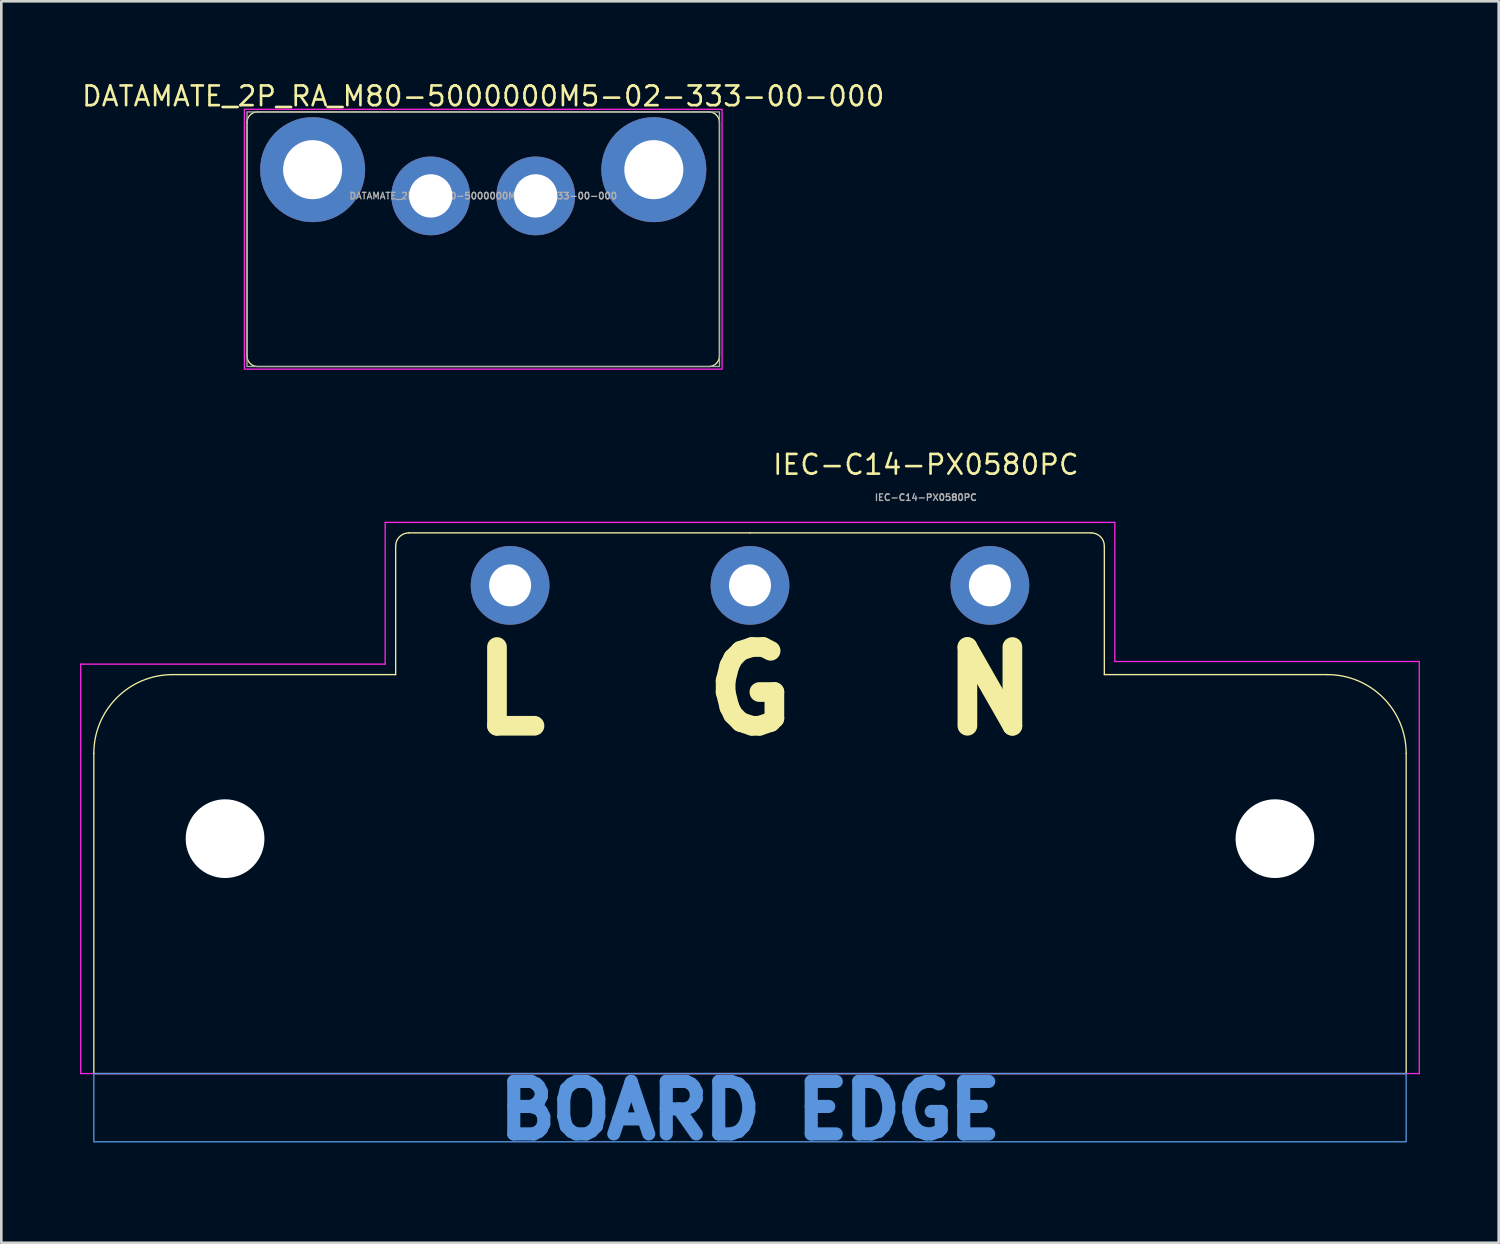
<source format=kicad_pcb>
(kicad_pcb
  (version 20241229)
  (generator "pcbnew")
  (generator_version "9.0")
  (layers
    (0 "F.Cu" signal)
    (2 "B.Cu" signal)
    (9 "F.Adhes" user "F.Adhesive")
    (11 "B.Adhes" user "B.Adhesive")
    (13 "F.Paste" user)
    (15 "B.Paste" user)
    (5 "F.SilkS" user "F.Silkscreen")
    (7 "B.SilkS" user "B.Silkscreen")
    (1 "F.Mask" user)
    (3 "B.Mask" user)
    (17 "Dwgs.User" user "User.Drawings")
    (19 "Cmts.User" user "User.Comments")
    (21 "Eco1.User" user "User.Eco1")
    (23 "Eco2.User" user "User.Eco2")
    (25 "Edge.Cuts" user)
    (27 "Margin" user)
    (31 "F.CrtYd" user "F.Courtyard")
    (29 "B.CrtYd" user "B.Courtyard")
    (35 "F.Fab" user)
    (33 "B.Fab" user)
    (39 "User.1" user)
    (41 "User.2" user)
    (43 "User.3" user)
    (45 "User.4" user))
  (footprint "DATAMATE_2P_RA_M80-5000000M5-02-333-00-000"
    (layer "F.Cu")
    (at 15.361 4.414)
    (property "Reference" "DATAMATE_2P_RA_M80-5000000M5-02-333-00-000" (at 0 -3.8 0) (unlocked yes) (layer "F.SilkS") (effects (font (size 0.75 0.75) (thickness 0.1))))
    (attr through_hole)
    (fp_line (start -9 6.1) (end -9 -2.8) (stroke (width 0.05) (type solid)) (layer "F.SilkS"))
    (fp_line (start -8.6 -3.2) (end 8.6 -3.2) (stroke (width 0.05) (type solid)) (layer "F.SilkS"))
    (fp_line (start 8.6 6.5) (end -8.6 6.5) (stroke (width 0.05) (type solid)) (layer "F.SilkS"))
    (fp_line (start 9 -2.8) (end 9 6.1) (stroke (width 0.05) (type solid)) (layer "F.SilkS"))
    (fp_arc (start -9 -2.8) (mid -8.882843 -3.082843) (end -8.6 -3.2) (stroke (width 0.05) (type solid)) (layer "F.SilkS"))
    (fp_arc (start -8.6 6.5) (mid -8.882843 6.382843) (end -9 6.1) (stroke (width 0.05) (type solid)) (layer "F.SilkS"))
    (fp_arc (start 8.6 -3.2) (mid 8.882843 -3.082843) (end 9 -2.8) (stroke (width 0.05) (type solid)) (layer "F.SilkS"))
    (fp_arc (start 9 6.1) (mid 8.882843 6.382843) (end 8.6 6.5) (stroke (width 0.05) (type solid)) (layer "F.SilkS"))
    (fp_rect (start -9.1 -3.3) (end 9.1 6.6) (stroke (width 0.05) (type solid)) (fill no) (layer "F.CrtYd"))
    (fp_rect (start -9 -3.2) (end 9 6.5) (stroke (width 0.05) (type solid)) (fill no) (layer "F.Fab"))
    (fp_text user "${REFERENCE}" (at 0 0 0) (unlocked yes) (layer "F.Fab") (effects (font (size 0.25 0.25) (thickness 0.05))))
    (pad "" np_thru_hole circle (at -6.5 -1) (size 4 4) (drill 2.25) (layers "*.Cu" "*.Mask"))
    (pad "" np_thru_hole circle (at 6.5 -1) (size 4 4) (drill 2.25) (layers "*.Cu" "*.Mask"))
    (pad "1" thru_hole circle (at -2 0) (size 3 3) (drill 1.65) (layers "*.Cu" "*.Mask"))
    (pad "2" thru_hole circle (at 2 0) (size 3 3) (drill 1.65) (layers "*.Cu" "*.Mask")))
  (footprint "IEC-C14-PX0580PC"
    (layer "F.Cu")
    (at 25.525 19.253)
    (property "Reference" "IEC-C14-PX0580PC" (at 6.7 -4.6 0) (unlocked yes) (layer "F.SilkS") (effects (font (size 0.75 0.75) (thickness 0.1))))
    (attr through_hole)
    (fp_line (start -25 6.4) (end -25 18.6) (stroke (width 0.05) (type solid)) (layer "F.SilkS"))
    (fp_line (start -25 18.6) (end 25 18.6) (stroke (width 0.05) (type solid)) (layer "F.SilkS"))
    (fp_line (start -22 3.4) (end -13.5 3.4) (stroke (width 0.05) (type solid)) (layer "F.SilkS"))
    (fp_line (start -13.5 3.4) (end -13.5 -1.5) (stroke (width 0.05) (type solid)) (layer "F.SilkS"))
    (fp_line (start -13 -2) (end 0 -2) (stroke (width 0.05) (type solid)) (layer "F.SilkS"))
    (fp_line (start 13 -2) (end 0 -2) (stroke (width 0.05) (type solid)) (layer "F.SilkS"))
    (fp_line (start 13.5 3.4) (end 13.5 -1.5) (stroke (width 0.05) (type solid)) (layer "F.SilkS"))
    (fp_line (start 13.5 3.4) (end 22 3.4) (stroke (width 0.05) (type solid)) (layer "F.SilkS"))
    (fp_line (start 25 6.4) (end 25 18.6) (stroke (width 0.05) (type solid)) (layer "F.SilkS"))
    (fp_arc (start -25 6.4) (mid -24.12132 4.27868) (end -22 3.4) (stroke (width 0.05) (type solid)) (layer "F.SilkS"))
    (fp_arc (start -13.5 -1.5) (mid -13.353553 -1.853553) (end -13 -2) (stroke (width 0.05) (type solid)) (layer "F.SilkS"))
    (fp_arc (start 13.000001 -2.000001) (mid 13.353554 -1.853554) (end 13.500001 -1.500001) (stroke (width 0.05) (type solid)) (layer "F.SilkS"))
    (fp_arc (start 22 3.4) (mid 24.12132 4.27868) (end 25 6.4) (stroke (width 0.05) (type solid)) (layer "F.SilkS"))
    (fp_rect (start -25 18.6) (end 25 21.2) (stroke (width 0.05) (type solid)) (fill no) (layer "Cmts.User"))
    (fp_line (start -25.5 3) (end -25.4 3) (stroke (width 0.05) (type solid)) (layer "F.CrtYd"))
    (fp_line (start -25.5 18.6) (end -25.5 3) (stroke (width 0.05) (type solid)) (layer "F.CrtYd"))
    (fp_line (start -25.4 3) (end -13.9 3) (stroke (width 0.05) (type solid)) (layer "F.CrtYd"))
    (fp_line (start -13.9 -2.4) (end 13.9 -2.4) (stroke (width 0.05) (type solid)) (layer "F.CrtYd"))
    (fp_line (start -13.9 3) (end -13.9 -2.4) (stroke (width 0.05) (type solid)) (layer "F.CrtYd"))
    (fp_line (start 13.9 -2.4) (end 13.9 2.9) (stroke (width 0.05) (type solid)) (layer "F.CrtYd"))
    (fp_line (start 13.9 2.9) (end 25.5 2.9) (stroke (width 0.05) (type solid)) (layer "F.CrtYd"))
    (fp_line (start 25.5 2.9) (end 25.5 18.6) (stroke (width 0.05) (type solid)) (layer "F.CrtYd"))
    (fp_line (start 25.5 18.6) (end -25.5 18.6) (stroke (width 0.05) (type solid)) (layer "F.CrtYd"))
    (fp_text user "G" (at 0 4 0) (unlocked yes) (layer "F.SilkS") (effects (font (size 3 3) (thickness 0.75))))
    (fp_text user "N" (at 9.14 4 0) (unlocked yes) (layer "F.SilkS") (effects (font (size 3 3) (thickness 0.75))))
    (fp_text user "L" (at -9.14 4 0) (unlocked yes) (layer "F.SilkS") (effects (font (size 3 3) (thickness 0.75))))
    (fp_text user "BOARD EDGE" (at 0 20 0) (unlocked yes) (layer "Cmts.User") (effects (font (size 2 2) (thickness 0.5))))
    (fp_text user "${REFERENCE}" (at 6.7 -3.35 0) (unlocked yes) (layer "F.Fab") (effects (font (size 0.25 0.25) (thickness 0.05))))
    (pad "" np_thru_hole circle (at -20 9.65) (size 3 3) (drill 3.4) (layers "*.Cu" "*.Mask"))
    (pad "" np_thru_hole circle (at 20 9.65) (size 3 3) (drill 3.4) (layers "*.Cu" "*.Mask"))
    (pad "1" thru_hole circle (at -9.14 0) (size 3 3) (drill 1.6) (layers "*.Cu" "*.Mask"))
    (pad "2" thru_hole circle (at 0 0) (size 3 3) (drill 1.6) (layers "*.Cu" "*.Mask"))
    (pad "3" thru_hole circle (at 9.14 0) (size 3 3) (drill 1.6) (layers "*.Cu" "*.Mask")))
  (gr_rect
    (start -3 -3)
    (end 54.05 44.301)
    (stroke (width 0.1) (type default))
    (fill no)
    (layer "Edge.Cuts")))
</source>
